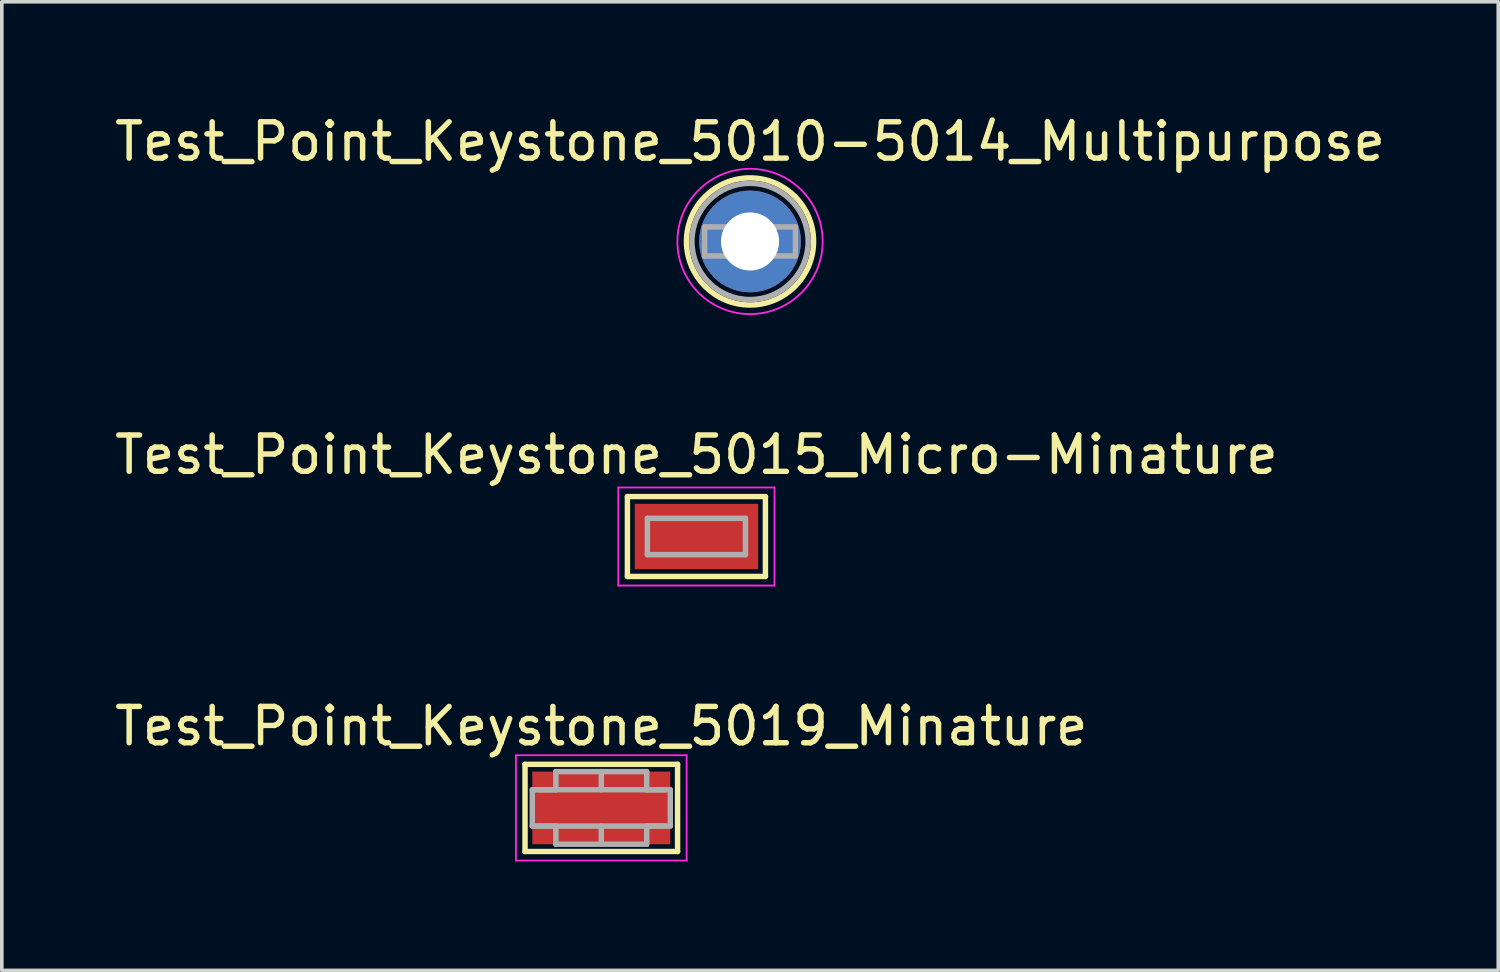
<source format=kicad_pcb>
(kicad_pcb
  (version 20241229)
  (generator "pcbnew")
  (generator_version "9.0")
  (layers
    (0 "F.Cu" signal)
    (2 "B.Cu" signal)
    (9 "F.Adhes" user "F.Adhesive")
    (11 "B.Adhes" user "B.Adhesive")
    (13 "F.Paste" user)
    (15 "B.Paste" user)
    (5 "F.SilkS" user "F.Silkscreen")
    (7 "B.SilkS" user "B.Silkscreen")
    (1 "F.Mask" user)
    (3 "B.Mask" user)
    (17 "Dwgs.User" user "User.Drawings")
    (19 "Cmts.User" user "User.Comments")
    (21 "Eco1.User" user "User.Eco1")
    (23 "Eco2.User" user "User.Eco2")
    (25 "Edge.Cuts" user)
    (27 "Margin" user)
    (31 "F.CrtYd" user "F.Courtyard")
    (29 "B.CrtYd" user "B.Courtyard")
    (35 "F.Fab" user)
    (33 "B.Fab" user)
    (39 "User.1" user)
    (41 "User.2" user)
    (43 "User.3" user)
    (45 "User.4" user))
  (footprint "Test_Point_Keystone_5010-5014_Multipurpose"
    (layer "F.Cu")
    (at 17.601 3.598)
    (property "Reference" "Test_Point_Keystone_5010-5014_Multipurpose" (at 0 -2.75 0) (layer "F.SilkS") (effects (font (size 1 1) (thickness 0.15))))
    (attr exclude_from_pos_files exclude_from_bom)
    (fp_circle (center 0 0) (end 1.75 0) (stroke (width 0.15) (type solid)) (fill no) (layer "F.SilkS"))
    (fp_circle (center 0 0) (end 2 0) (stroke (width 0.05) (type solid)) (fill no) (layer "F.CrtYd"))
    (fp_line (start -1.25 -0.4) (end 1.25 -0.4) (stroke (width 0.15) (type solid)) (layer "F.Fab"))
    (fp_line (start -1.25 0.4) (end -1.25 -0.4) (stroke (width 0.15) (type solid)) (layer "F.Fab"))
    (fp_line (start 1.25 -0.4) (end 1.25 0.4) (stroke (width 0.15) (type solid)) (layer "F.Fab"))
    (fp_line (start 1.25 0.4) (end -1.25 0.4) (stroke (width 0.15) (type solid)) (layer "F.Fab"))
    (fp_circle (center 0 0) (end 1.6 0) (stroke (width 0.15) (type solid)) (fill no) (layer "F.Fab"))
    (pad "1" thru_hole circle (at 0 0) (size 2.8 2.8) (drill 1.6) (layers "*.Cu" "*.Mask")))
  (footprint "Test_Point_Keystone_5019_Minature"
    (layer "F.Cu")
    (at 13.506 19.195)
    (property "Reference" "Test_Point_Keystone_5019_Minature" (at 0 -2.25 0) (layer "F.SilkS") (effects (font (size 1 1) (thickness 0.15))))
    (attr exclude_from_pos_files exclude_from_bom)
    (fp_line (start -2.1 -1.2) (end 2.1 -1.2) (stroke (width 0.15) (type solid)) (layer "F.SilkS"))
    (fp_line (start -2.1 1.2) (end -2.1 -1.2) (stroke (width 0.15) (type solid)) (layer "F.SilkS"))
    (fp_line (start 2.1 -1.2) (end 2.1 1.2) (stroke (width 0.15) (type solid)) (layer "F.SilkS"))
    (fp_line (start 2.1 1.2) (end -2.1 1.2) (stroke (width 0.15) (type solid)) (layer "F.SilkS"))
    (fp_line (start -2.35 -1.45) (end 2.35 -1.45) (stroke (width 0.05) (type solid)) (layer "F.CrtYd"))
    (fp_line (start -2.35 1.45) (end -2.35 -1.45) (stroke (width 0.05) (type solid)) (layer "F.CrtYd"))
    (fp_line (start 2.35 -1.45) (end 2.35 1.45) (stroke (width 0.05) (type solid)) (layer "F.CrtYd"))
    (fp_line (start 2.35 1.45) (end -2.35 1.45) (stroke (width 0.05) (type solid)) (layer "F.CrtYd"))
    (fp_line (start -1.9 -0.5) (end -1.9 0.5) (stroke (width 0.15) (type solid)) (layer "F.Fab"))
    (fp_line (start -1.9 -0.5) (end 1.9 -0.5) (stroke (width 0.15) (type solid)) (layer "F.Fab"))
    (fp_line (start -1.75 0.5) (end -1.25 0.5) (stroke (width 0.15) (type solid)) (layer "F.Fab"))
    (fp_line (start -1.25 -1) (end -1.25 -0.5) (stroke (width 0.15) (type solid)) (layer "F.Fab"))
    (fp_line (start -1.25 -0.5) (end -1.75 -0.5) (stroke (width 0.15) (type solid)) (layer "F.Fab"))
    (fp_line (start -1.25 0.5) (end -1.25 1) (stroke (width 0.15) (type solid)) (layer "F.Fab"))
    (fp_line (start -1.25 1) (end 1.25 1) (stroke (width 0.15) (type solid)) (layer "F.Fab"))
    (fp_line (start 0 -1) (end 0 -0.5) (stroke (width 0.15) (type solid)) (layer "F.Fab"))
    (fp_line (start 0 0.5) (end 0 1) (stroke (width 0.15) (type solid)) (layer "F.Fab"))
    (fp_line (start 1.25 -1) (end -1.25 -1) (stroke (width 0.15) (type solid)) (layer "F.Fab"))
    (fp_line (start 1.25 -0.5) (end 1.25 -1) (stroke (width 0.15) (type solid)) (layer "F.Fab"))
    (fp_line (start 1.25 0.5) (end 1.75 0.5) (stroke (width 0.15) (type solid)) (layer "F.Fab"))
    (fp_line (start 1.25 1) (end 1.25 0.5) (stroke (width 0.15) (type solid)) (layer "F.Fab"))
    (fp_line (start 1.75 -0.5) (end 1.25 -0.5) (stroke (width 0.15) (type solid)) (layer "F.Fab"))
    (fp_line (start 1.9 0.5) (end -1.9 0.5) (stroke (width 0.15) (type solid)) (layer "F.Fab"))
    (fp_line (start 1.9 0.5) (end 1.9 -0.5) (stroke (width 0.15) (type solid)) (layer "F.Fab"))
    (pad "1" smd rect (at 0 0) (size 3.8 2) (layers "F.Cu" "F.Mask" "F.Paste")))
  (footprint "Test_Point_Keystone_5015_Micro-Minature"
    (layer "F.Cu")
    (at 16.125 11.722)
    (property "Reference" "Test_Point_Keystone_5015_Micro-Minature" (at 0 -2.25 0) (layer "F.SilkS") (effects (font (size 1 1) (thickness 0.15))))
    (attr exclude_from_pos_files exclude_from_bom)
    (fp_line (start -1.9 -1.1) (end 1.9 -1.1) (stroke (width 0.15) (type solid)) (layer "F.SilkS"))
    (fp_line (start -1.9 1.1) (end -1.9 -1.1) (stroke (width 0.15) (type solid)) (layer "F.SilkS"))
    (fp_line (start 1.9 -1.1) (end 1.9 1.1) (stroke (width 0.15) (type solid)) (layer "F.SilkS"))
    (fp_line (start 1.9 1.1) (end -1.9 1.1) (stroke (width 0.15) (type solid)) (layer "F.SilkS"))
    (fp_line (start -2.15 -1.35) (end 2.15 -1.35) (stroke (width 0.05) (type solid)) (layer "F.CrtYd"))
    (fp_line (start -2.15 1.35) (end -2.15 -1.35) (stroke (width 0.05) (type solid)) (layer "F.CrtYd"))
    (fp_line (start 2.15 -1.35) (end 2.15 1.35) (stroke (width 0.05) (type solid)) (layer "F.CrtYd"))
    (fp_line (start 2.15 1.35) (end -2.15 1.35) (stroke (width 0.05) (type solid)) (layer "F.CrtYd"))
    (fp_line (start -1.35 0.5) (end -1.35 -0.5) (stroke (width 0.15) (type solid)) (layer "F.Fab"))
    (fp_line (start -1.35 0.5) (end 1.35 0.5) (stroke (width 0.15) (type solid)) (layer "F.Fab"))
    (fp_line (start 1.35 -0.5) (end -1.35 -0.5) (stroke (width 0.15) (type solid)) (layer "F.Fab"))
    (fp_line (start 1.35 -0.5) (end 1.35 0.5) (stroke (width 0.15) (type solid)) (layer "F.Fab"))
    (pad "1" smd rect (at 0 0) (size 3.4 1.8) (layers "F.Cu" "F.Mask" "F.Paste")))
  (gr_rect
    (start -3 -3)
    (end 38.202 23.67)
    (stroke (width 0.1) (type default))
    (fill no)
    (layer "Edge.Cuts")))
</source>
